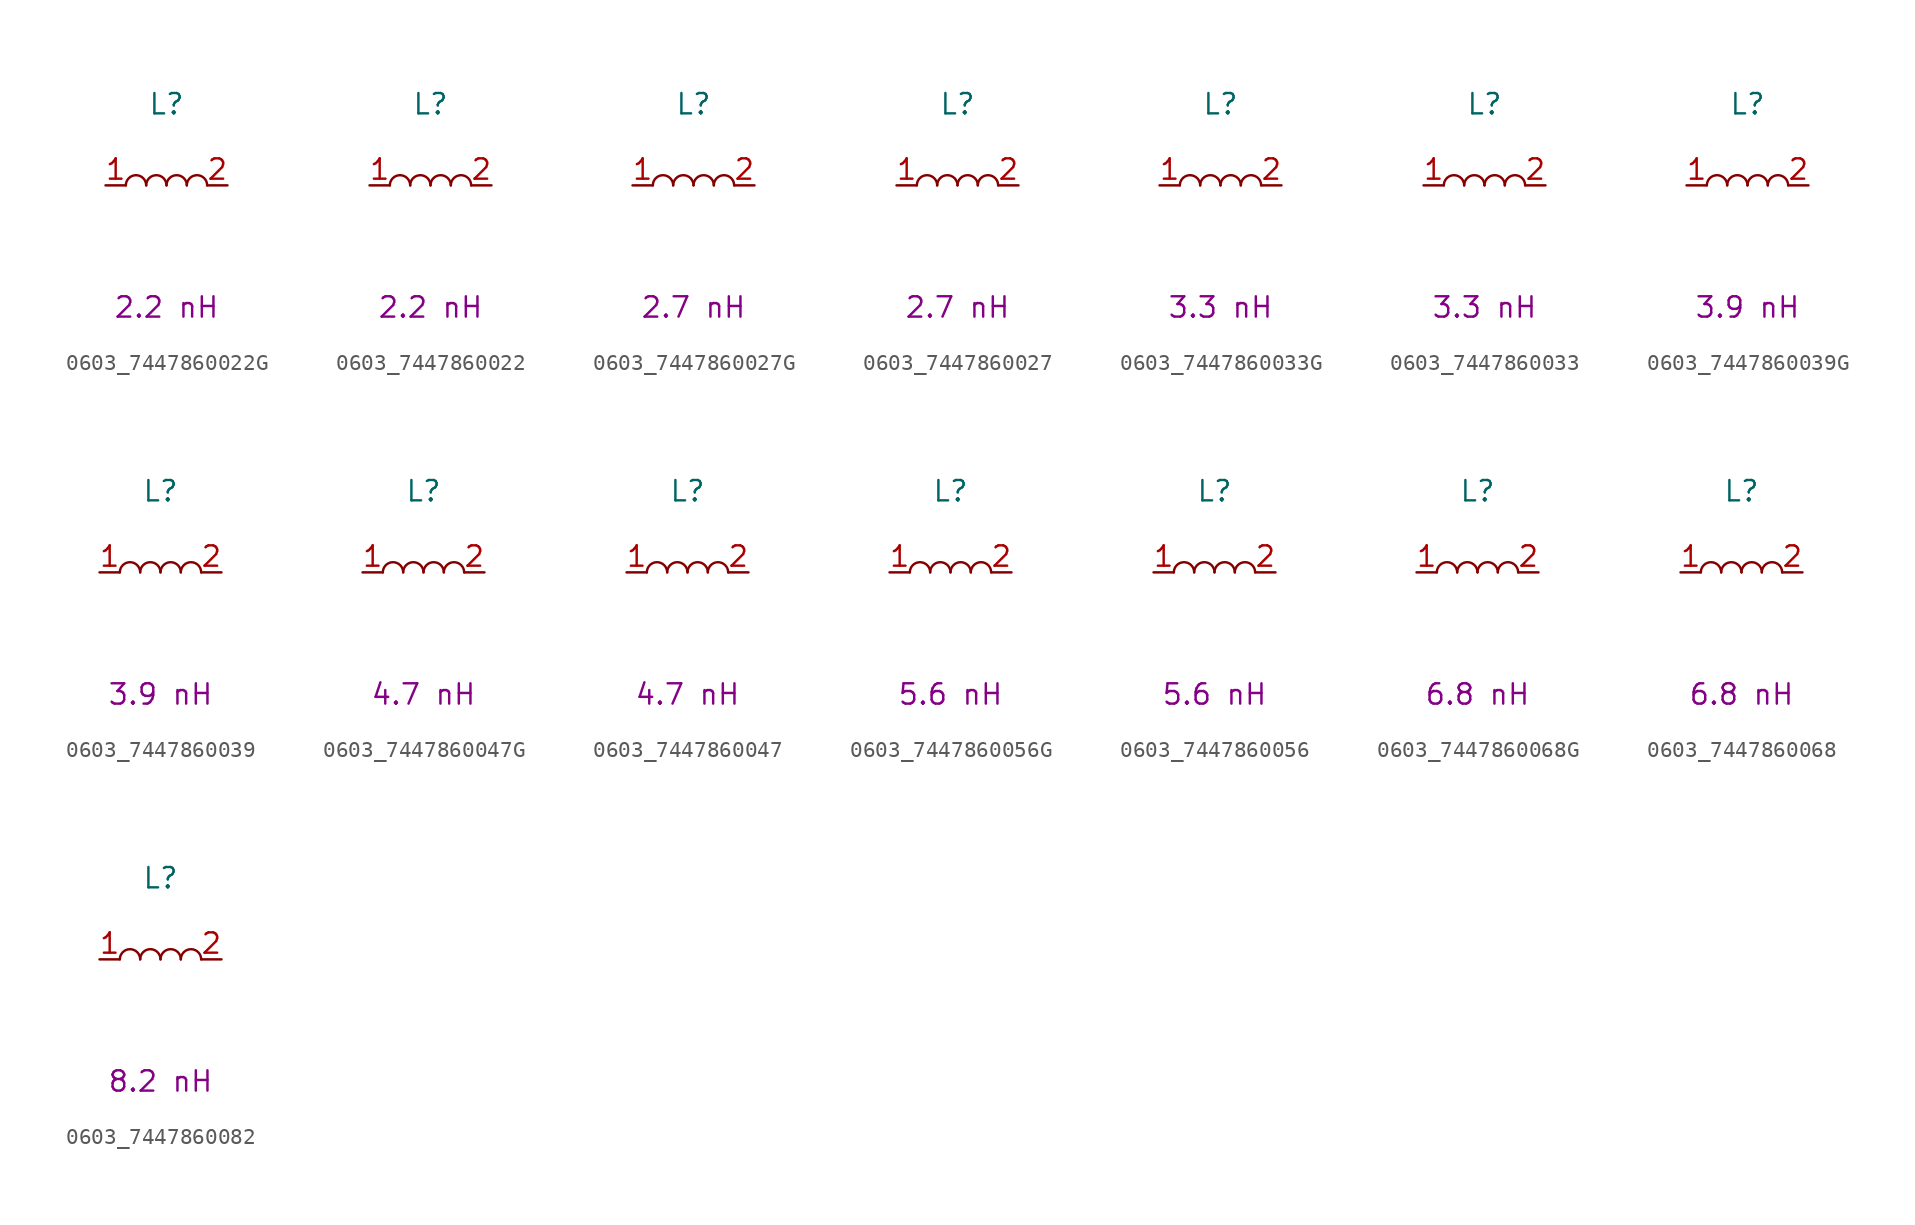
<source format=kicad_sym>
(kicad_symbol_lib
  (version 20220914)
  (generator kicad_symbol_editor)
  (symbol "0603_7447860022G"
    (pin_names hide)
    (property "Reference" "L"
      (at 0 5.08 0)
      (effects (font (size 1.27 1.27))))
    (property "Critical Parameter" "2.2 nH"
      (at 0 -7.62 0)
      (effects (font (size 1.27 1.27))))
    (symbol "0603_7447860022G_0_1"
      (arc (start -1.27 0) (mid -1.905 0.6323) (end -2.54 0) (stroke (width 0) (type default)) (fill (type none)))
      (arc (start 0 0) (mid -0.635 0.6323) (end -1.27 0) (stroke (width 0) (type default)) (fill (type none)))
      (arc (start 1.27 0) (mid 0.635 0.6323) (end 0 0) (stroke (width 0) (type default)) (fill (type none)))
      (arc (start 2.54 0) (mid 1.905 0.6323) (end 1.27 0) (stroke (width 0) (type default)) (fill (type none))))
    (symbol "0603_7447860022G_1_1"
      (pin passive line (at -3.81 0 0) (length 1.27) (name "1" (effects (font (size 1.27 1.27)))) (number "1" (effects (font (size 1.27 1.27)))))
      (pin passive line (at 3.81 0 180) (length 1.27) (name "2" (effects (font (size 1.27 1.27)))) (number "2" (effects (font (size 1.27 1.27)))))))
  (symbol "0603_7447860022"
    (pin_names hide)
    (property "Reference" "L"
      (at 0 5.08 0)
      (effects (font (size 1.27 1.27))))
    (property "Critical Parameter" "2.2 nH"
      (at 0 -7.62 0)
      (effects (font (size 1.27 1.27))))
    (symbol "0603_7447860022_0_1"
      (arc (start -1.27 0) (mid -1.905 0.6323) (end -2.54 0) (stroke (width 0) (type default)) (fill (type none)))
      (arc (start 0 0) (mid -0.635 0.6323) (end -1.27 0) (stroke (width 0) (type default)) (fill (type none)))
      (arc (start 1.27 0) (mid 0.635 0.6323) (end 0 0) (stroke (width 0) (type default)) (fill (type none)))
      (arc (start 2.54 0) (mid 1.905 0.6323) (end 1.27 0) (stroke (width 0) (type default)) (fill (type none))))
    (symbol "0603_7447860022_1_1"
      (pin passive line (at -3.81 0 0) (length 1.27) (name "1" (effects (font (size 1.27 1.27)))) (number "1" (effects (font (size 1.27 1.27)))))
      (pin passive line (at 3.81 0 180) (length 1.27) (name "2" (effects (font (size 1.27 1.27)))) (number "2" (effects (font (size 1.27 1.27)))))))
  (symbol "0603_7447860027G"
    (pin_names hide)
    (property "Reference" "L"
      (at 0 5.08 0)
      (effects (font (size 1.27 1.27))))
    (property "Critical Parameter" "2.7 nH"
      (at 0 -7.62 0)
      (effects (font (size 1.27 1.27))))
    (symbol "0603_7447860027G_0_1"
      (arc (start -1.27 0) (mid -1.905 0.6323) (end -2.54 0) (stroke (width 0) (type default)) (fill (type none)))
      (arc (start 0 0) (mid -0.635 0.6323) (end -1.27 0) (stroke (width 0) (type default)) (fill (type none)))
      (arc (start 1.27 0) (mid 0.635 0.6323) (end 0 0) (stroke (width 0) (type default)) (fill (type none)))
      (arc (start 2.54 0) (mid 1.905 0.6323) (end 1.27 0) (stroke (width 0) (type default)) (fill (type none))))
    (symbol "0603_7447860027G_1_1"
      (pin passive line (at -3.81 0 0) (length 1.27) (name "1" (effects (font (size 1.27 1.27)))) (number "1" (effects (font (size 1.27 1.27)))))
      (pin passive line (at 3.81 0 180) (length 1.27) (name "2" (effects (font (size 1.27 1.27)))) (number "2" (effects (font (size 1.27 1.27)))))))
  (symbol "0603_7447860027"
    (pin_names hide)
    (property "Reference" "L"
      (at 0 5.08 0)
      (effects (font (size 1.27 1.27))))
    (property "Critical Parameter" "2.7 nH"
      (at 0 -7.62 0)
      (effects (font (size 1.27 1.27))))
    (symbol "0603_7447860027_0_1"
      (arc (start -1.27 0) (mid -1.905 0.6323) (end -2.54 0) (stroke (width 0) (type default)) (fill (type none)))
      (arc (start 0 0) (mid -0.635 0.6323) (end -1.27 0) (stroke (width 0) (type default)) (fill (type none)))
      (arc (start 1.27 0) (mid 0.635 0.6323) (end 0 0) (stroke (width 0) (type default)) (fill (type none)))
      (arc (start 2.54 0) (mid 1.905 0.6323) (end 1.27 0) (stroke (width 0) (type default)) (fill (type none))))
    (symbol "0603_7447860027_1_1"
      (pin passive line (at -3.81 0 0) (length 1.27) (name "1" (effects (font (size 1.27 1.27)))) (number "1" (effects (font (size 1.27 1.27)))))
      (pin passive line (at 3.81 0 180) (length 1.27) (name "2" (effects (font (size 1.27 1.27)))) (number "2" (effects (font (size 1.27 1.27)))))))
  (symbol "0603_7447860033G"
    (pin_names hide)
    (property "Reference" "L"
      (at 0 5.08 0)
      (effects (font (size 1.27 1.27))))
    (property "Critical Parameter" "3.3 nH"
      (at 0 -7.62 0)
      (effects (font (size 1.27 1.27))))
    (symbol "0603_7447860033G_0_1"
      (arc (start -1.27 0) (mid -1.905 0.6323) (end -2.54 0) (stroke (width 0) (type default)) (fill (type none)))
      (arc (start 0 0) (mid -0.635 0.6323) (end -1.27 0) (stroke (width 0) (type default)) (fill (type none)))
      (arc (start 1.27 0) (mid 0.635 0.6323) (end 0 0) (stroke (width 0) (type default)) (fill (type none)))
      (arc (start 2.54 0) (mid 1.905 0.6323) (end 1.27 0) (stroke (width 0) (type default)) (fill (type none))))
    (symbol "0603_7447860033G_1_1"
      (pin passive line (at -3.81 0 0) (length 1.27) (name "1" (effects (font (size 1.27 1.27)))) (number "1" (effects (font (size 1.27 1.27)))))
      (pin passive line (at 3.81 0 180) (length 1.27) (name "2" (effects (font (size 1.27 1.27)))) (number "2" (effects (font (size 1.27 1.27)))))))
  (symbol "0603_7447860033"
    (pin_names hide)
    (property "Reference" "L"
      (at 0 5.08 0)
      (effects (font (size 1.27 1.27))))
    (property "Critical Parameter" "3.3 nH"
      (at 0 -7.62 0)
      (effects (font (size 1.27 1.27))))
    (symbol "0603_7447860033_0_1"
      (arc (start -1.27 0) (mid -1.905 0.6323) (end -2.54 0) (stroke (width 0) (type default)) (fill (type none)))
      (arc (start 0 0) (mid -0.635 0.6323) (end -1.27 0) (stroke (width 0) (type default)) (fill (type none)))
      (arc (start 1.27 0) (mid 0.635 0.6323) (end 0 0) (stroke (width 0) (type default)) (fill (type none)))
      (arc (start 2.54 0) (mid 1.905 0.6323) (end 1.27 0) (stroke (width 0) (type default)) (fill (type none))))
    (symbol "0603_7447860033_1_1"
      (pin passive line (at -3.81 0 0) (length 1.27) (name "1" (effects (font (size 1.27 1.27)))) (number "1" (effects (font (size 1.27 1.27)))))
      (pin passive line (at 3.81 0 180) (length 1.27) (name "2" (effects (font (size 1.27 1.27)))) (number "2" (effects (font (size 1.27 1.27)))))))
  (symbol "0603_7447860039G"
    (pin_names hide)
    (property "Reference" "L"
      (at 0 5.08 0)
      (effects (font (size 1.27 1.27))))
    (property "Critical Parameter" "3.9 nH"
      (at 0 -7.62 0)
      (effects (font (size 1.27 1.27))))
    (symbol "0603_7447860039G_0_1"
      (arc (start -1.27 0) (mid -1.905 0.6323) (end -2.54 0) (stroke (width 0) (type default)) (fill (type none)))
      (arc (start 0 0) (mid -0.635 0.6323) (end -1.27 0) (stroke (width 0) (type default)) (fill (type none)))
      (arc (start 1.27 0) (mid 0.635 0.6323) (end 0 0) (stroke (width 0) (type default)) (fill (type none)))
      (arc (start 2.54 0) (mid 1.905 0.6323) (end 1.27 0) (stroke (width 0) (type default)) (fill (type none))))
    (symbol "0603_7447860039G_1_1"
      (pin passive line (at -3.81 0 0) (length 1.27) (name "1" (effects (font (size 1.27 1.27)))) (number "1" (effects (font (size 1.27 1.27)))))
      (pin passive line (at 3.81 0 180) (length 1.27) (name "2" (effects (font (size 1.27 1.27)))) (number "2" (effects (font (size 1.27 1.27)))))))
  (symbol "0603_7447860039"
    (pin_names hide)
    (property "Reference" "L"
      (at 0 5.08 0)
      (effects (font (size 1.27 1.27))))
    (property "Critical Parameter" "3.9 nH"
      (at 0 -7.62 0)
      (effects (font (size 1.27 1.27))))
    (symbol "0603_7447860039_0_1"
      (arc (start -1.27 0) (mid -1.905 0.6323) (end -2.54 0) (stroke (width 0) (type default)) (fill (type none)))
      (arc (start 0 0) (mid -0.635 0.6323) (end -1.27 0) (stroke (width 0) (type default)) (fill (type none)))
      (arc (start 1.27 0) (mid 0.635 0.6323) (end 0 0) (stroke (width 0) (type default)) (fill (type none)))
      (arc (start 2.54 0) (mid 1.905 0.6323) (end 1.27 0) (stroke (width 0) (type default)) (fill (type none))))
    (symbol "0603_7447860039_1_1"
      (pin passive line (at -3.81 0 0) (length 1.27) (name "1" (effects (font (size 1.27 1.27)))) (number "1" (effects (font (size 1.27 1.27)))))
      (pin passive line (at 3.81 0 180) (length 1.27) (name "2" (effects (font (size 1.27 1.27)))) (number "2" (effects (font (size 1.27 1.27)))))))
  (symbol "0603_7447860047G"
    (pin_names hide)
    (property "Reference" "L"
      (at 0 5.08 0)
      (effects (font (size 1.27 1.27))))
    (property "Critical Parameter" "4.7 nH"
      (at 0 -7.62 0)
      (effects (font (size 1.27 1.27))))
    (symbol "0603_7447860047G_0_1"
      (arc (start -1.27 0) (mid -1.905 0.6323) (end -2.54 0) (stroke (width 0) (type default)) (fill (type none)))
      (arc (start 0 0) (mid -0.635 0.6323) (end -1.27 0) (stroke (width 0) (type default)) (fill (type none)))
      (arc (start 1.27 0) (mid 0.635 0.6323) (end 0 0) (stroke (width 0) (type default)) (fill (type none)))
      (arc (start 2.54 0) (mid 1.905 0.6323) (end 1.27 0) (stroke (width 0) (type default)) (fill (type none))))
    (symbol "0603_7447860047G_1_1"
      (pin passive line (at -3.81 0 0) (length 1.27) (name "1" (effects (font (size 1.27 1.27)))) (number "1" (effects (font (size 1.27 1.27)))))
      (pin passive line (at 3.81 0 180) (length 1.27) (name "2" (effects (font (size 1.27 1.27)))) (number "2" (effects (font (size 1.27 1.27)))))))
  (symbol "0603_7447860047"
    (pin_names hide)
    (property "Reference" "L"
      (at 0 5.08 0)
      (effects (font (size 1.27 1.27))))
    (property "Critical Parameter" "4.7 nH"
      (at 0 -7.62 0)
      (effects (font (size 1.27 1.27))))
    (symbol "0603_7447860047_0_1"
      (arc (start -1.27 0) (mid -1.905 0.6323) (end -2.54 0) (stroke (width 0) (type default)) (fill (type none)))
      (arc (start 0 0) (mid -0.635 0.6323) (end -1.27 0) (stroke (width 0) (type default)) (fill (type none)))
      (arc (start 1.27 0) (mid 0.635 0.6323) (end 0 0) (stroke (width 0) (type default)) (fill (type none)))
      (arc (start 2.54 0) (mid 1.905 0.6323) (end 1.27 0) (stroke (width 0) (type default)) (fill (type none))))
    (symbol "0603_7447860047_1_1"
      (pin passive line (at -3.81 0 0) (length 1.27) (name "1" (effects (font (size 1.27 1.27)))) (number "1" (effects (font (size 1.27 1.27)))))
      (pin passive line (at 3.81 0 180) (length 1.27) (name "2" (effects (font (size 1.27 1.27)))) (number "2" (effects (font (size 1.27 1.27)))))))
  (symbol "0603_7447860056G"
    (pin_names hide)
    (property "Reference" "L"
      (at 0 5.08 0)
      (effects (font (size 1.27 1.27))))
    (property "Critical Parameter" "5.6 nH"
      (at 0 -7.62 0)
      (effects (font (size 1.27 1.27))))
    (symbol "0603_7447860056G_0_1"
      (arc (start -1.27 0) (mid -1.905 0.6323) (end -2.54 0) (stroke (width 0) (type default)) (fill (type none)))
      (arc (start 0 0) (mid -0.635 0.6323) (end -1.27 0) (stroke (width 0) (type default)) (fill (type none)))
      (arc (start 1.27 0) (mid 0.635 0.6323) (end 0 0) (stroke (width 0) (type default)) (fill (type none)))
      (arc (start 2.54 0) (mid 1.905 0.6323) (end 1.27 0) (stroke (width 0) (type default)) (fill (type none))))
    (symbol "0603_7447860056G_1_1"
      (pin passive line (at -3.81 0 0) (length 1.27) (name "1" (effects (font (size 1.27 1.27)))) (number "1" (effects (font (size 1.27 1.27)))))
      (pin passive line (at 3.81 0 180) (length 1.27) (name "2" (effects (font (size 1.27 1.27)))) (number "2" (effects (font (size 1.27 1.27)))))))
  (symbol "0603_7447860056"
    (pin_names hide)
    (property "Reference" "L"
      (at 0 5.08 0)
      (effects (font (size 1.27 1.27))))
    (property "Critical Parameter" "5.6 nH"
      (at 0 -7.62 0)
      (effects (font (size 1.27 1.27))))
    (symbol "0603_7447860056_0_1"
      (arc (start -1.27 0) (mid -1.905 0.6323) (end -2.54 0) (stroke (width 0) (type default)) (fill (type none)))
      (arc (start 0 0) (mid -0.635 0.6323) (end -1.27 0) (stroke (width 0) (type default)) (fill (type none)))
      (arc (start 1.27 0) (mid 0.635 0.6323) (end 0 0) (stroke (width 0) (type default)) (fill (type none)))
      (arc (start 2.54 0) (mid 1.905 0.6323) (end 1.27 0) (stroke (width 0) (type default)) (fill (type none))))
    (symbol "0603_7447860056_1_1"
      (pin passive line (at -3.81 0 0) (length 1.27) (name "1" (effects (font (size 1.27 1.27)))) (number "1" (effects (font (size 1.27 1.27)))))
      (pin passive line (at 3.81 0 180) (length 1.27) (name "2" (effects (font (size 1.27 1.27)))) (number "2" (effects (font (size 1.27 1.27)))))))
  (symbol "0603_7447860068G"
    (pin_names hide)
    (property "Reference" "L"
      (at 0 5.08 0)
      (effects (font (size 1.27 1.27))))
    (property "Critical Parameter" "6.8 nH"
      (at 0 -7.62 0)
      (effects (font (size 1.27 1.27))))
    (symbol "0603_7447860068G_0_1"
      (arc (start -1.27 0) (mid -1.905 0.6323) (end -2.54 0) (stroke (width 0) (type default)) (fill (type none)))
      (arc (start 0 0) (mid -0.635 0.6323) (end -1.27 0) (stroke (width 0) (type default)) (fill (type none)))
      (arc (start 1.27 0) (mid 0.635 0.6323) (end 0 0) (stroke (width 0) (type default)) (fill (type none)))
      (arc (start 2.54 0) (mid 1.905 0.6323) (end 1.27 0) (stroke (width 0) (type default)) (fill (type none))))
    (symbol "0603_7447860068G_1_1"
      (pin passive line (at -3.81 0 0) (length 1.27) (name "1" (effects (font (size 1.27 1.27)))) (number "1" (effects (font (size 1.27 1.27)))))
      (pin passive line (at 3.81 0 180) (length 1.27) (name "2" (effects (font (size 1.27 1.27)))) (number "2" (effects (font (size 1.27 1.27)))))))
  (symbol "0603_7447860068"
    (pin_names hide)
    (property "Reference" "L"
      (at 0 5.08 0)
      (effects (font (size 1.27 1.27))))
    (property "Critical Parameter" "6.8 nH"
      (at 0 -7.62 0)
      (effects (font (size 1.27 1.27))))
    (symbol "0603_7447860068_0_1"
      (arc (start -1.27 0) (mid -1.905 0.6323) (end -2.54 0) (stroke (width 0) (type default)) (fill (type none)))
      (arc (start 0 0) (mid -0.635 0.6323) (end -1.27 0) (stroke (width 0) (type default)) (fill (type none)))
      (arc (start 1.27 0) (mid 0.635 0.6323) (end 0 0) (stroke (width 0) (type default)) (fill (type none)))
      (arc (start 2.54 0) (mid 1.905 0.6323) (end 1.27 0) (stroke (width 0) (type default)) (fill (type none))))
    (symbol "0603_7447860068_1_1"
      (pin passive line (at -3.81 0 0) (length 1.27) (name "1" (effects (font (size 1.27 1.27)))) (number "1" (effects (font (size 1.27 1.27)))))
      (pin passive line (at 3.81 0 180) (length 1.27) (name "2" (effects (font (size 1.27 1.27)))) (number "2" (effects (font (size 1.27 1.27)))))))
  (symbol "0603_7447860082"
    (pin_names hide)
    (property "Reference" "L"
      (at 0 5.08 0)
      (effects (font (size 1.27 1.27))))
    (property "Critical Parameter" "8.2 nH"
      (at 0 -7.62 0)
      (effects (font (size 1.27 1.27))))
    (symbol "0603_7447860082_0_1"
      (arc (start -1.27 0) (mid -1.905 0.6323) (end -2.54 0) (stroke (width 0) (type default)) (fill (type none)))
      (arc (start 0 0) (mid -0.635 0.6323) (end -1.27 0) (stroke (width 0) (type default)) (fill (type none)))
      (arc (start 1.27 0) (mid 0.635 0.6323) (end 0 0) (stroke (width 0) (type default)) (fill (type none)))
      (arc (start 2.54 0) (mid 1.905 0.6323) (end 1.27 0) (stroke (width 0) (type default)) (fill (type none))))
    (symbol "0603_7447860082_1_1"
      (pin passive line (at -3.81 0 0) (length 1.27) (name "1" (effects (font (size 1.27 1.27)))) (number "1" (effects (font (size 1.27 1.27)))))
      (pin passive line (at 3.81 0 180) (length 1.27) (name "2" (effects (font (size 1.27 1.27)))) (number "2" (effects (font (size 1.27 1.27))))))))
</source>
